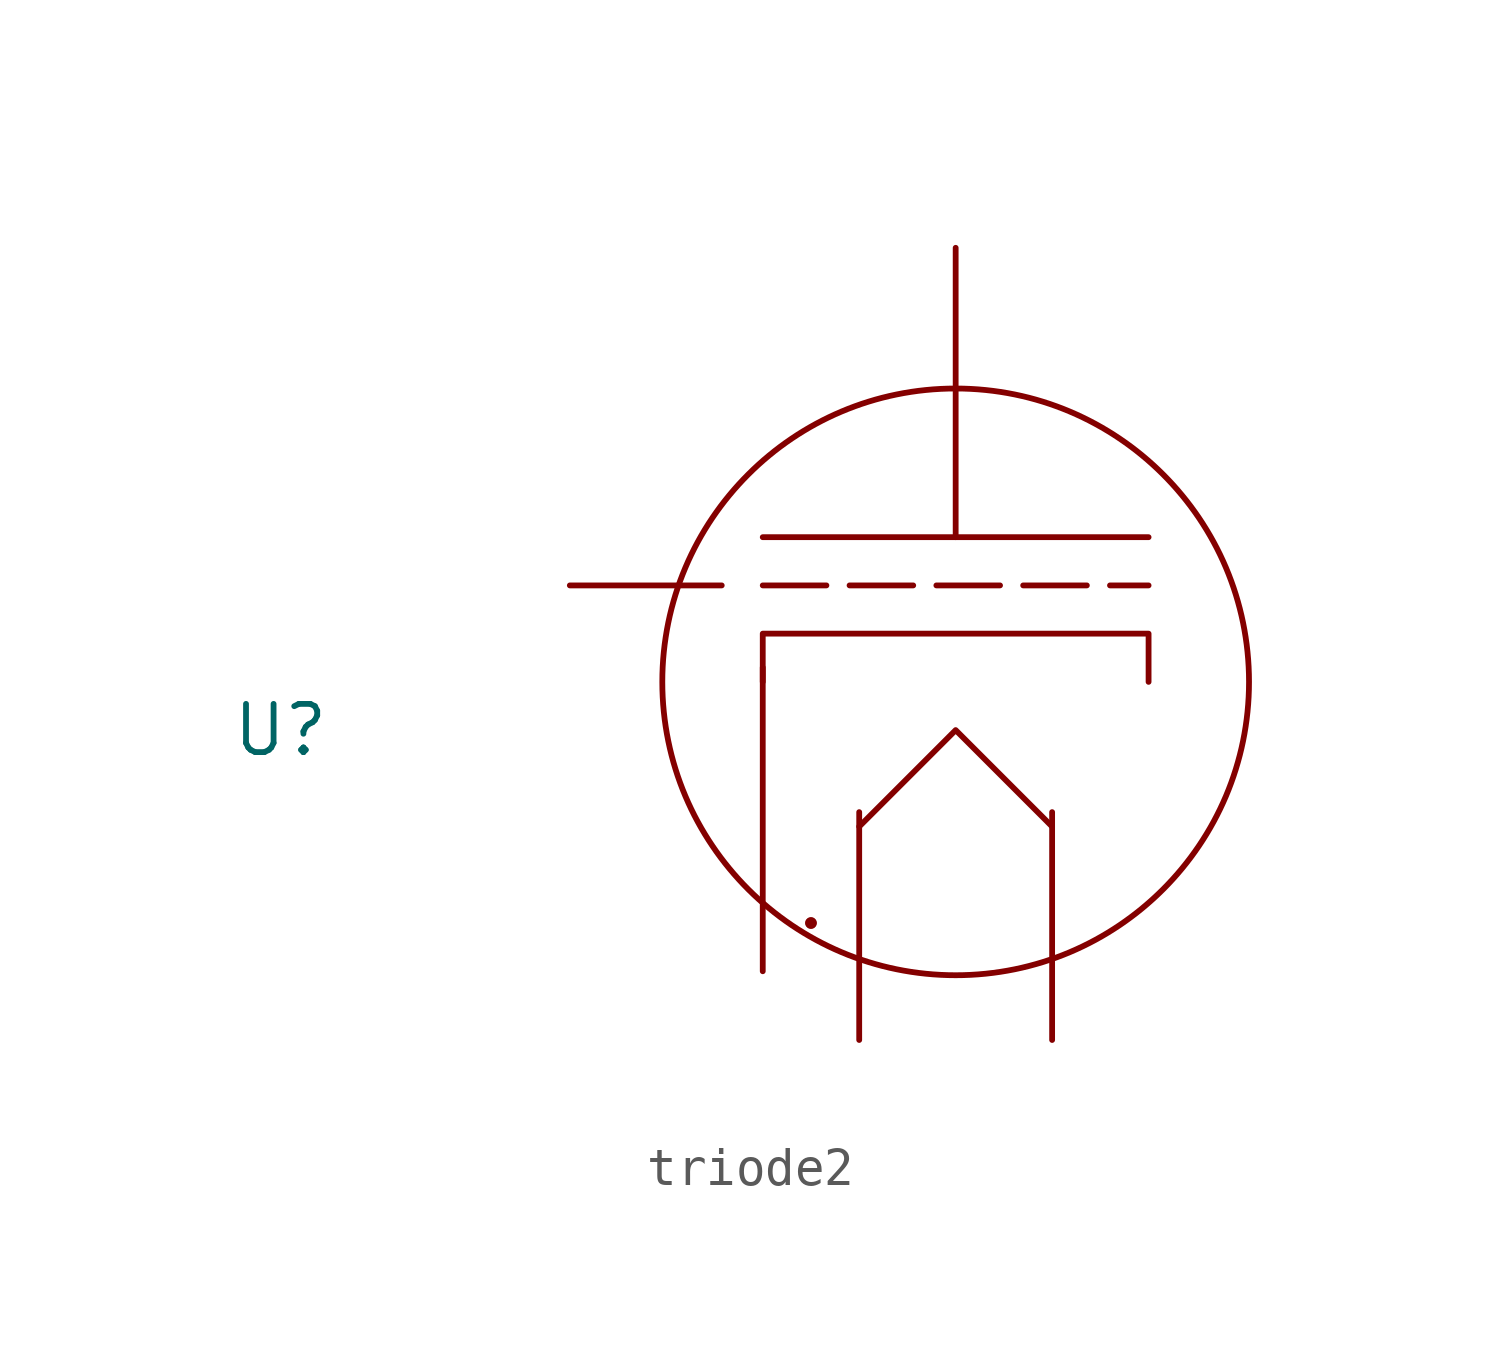
<source format=kicad_sym>
(kicad_symbol_lib
  (version 20220914)
  (generator kicad_symbol_editor)
  (symbol "triode2"
    (property "Reference" "U"
      (at 0 0 0)
      (effects (font (size 1.27 1.27))))
    (property "Value" ""
      (at 0 0 0)
      (effects (font (size 1.27 1.27))))
    (property "ki_locked" ""
      (at 0 0 0)
      (effects (font (size 1.27 1.27))))
    (symbol "triode2_1_1"
      (polyline (pts (xy 12.7 3.81) (xy 22.86 3.81)) (stroke (width 0) (type dash)) (fill (type none)))
      (polyline (pts (xy 12.7 5.08) (xy 22.86 5.08)) (stroke (width 0) (type default)) (fill (type none)))
      (polyline (pts (xy 15.24 -2.54) (xy 17.78 0) (xy 20.32 -2.54)) (stroke (width 0) (type default)) (fill (type none)))
      (polyline (pts (xy 12.7 1.27) (xy 12.7 2.54) (xy 22.86 2.54) (xy 22.86 1.27)) (stroke (width 0) (type default)) (fill (type none)))
      (circle (center 13.97 -5.08) (radius 0.0001) (stroke (width 0) (type default)) (fill (type none)))
      (circle (center 13.97 -5.08) (radius 0.0001) (stroke (width 0) (type default)) (fill (type none)))
      (circle (center 17.78 1.27) (radius 7.725) (stroke (width 0) (type default)) (fill (type none)))
      (pin passive line (at 7.62 3.81 0) (length 4) (name "" (effects (font (size 1.27 1.27)))) (number "" (effects (font (size 1.27 1.27)))))
      (pin passive line (at 12.7 -6.35 90) (length 8) (name "" (effects (font (size 1.27 1.27)))) (number "" (effects (font (size 1.27 1.27)))))
      (pin passive line (at 15.24 -8.16 90) (length 6) (name "" (effects (font (size 1.27 1.27)))) (number "" (effects (font (size 1.27 1.27)))))
      (pin passive line (at 17.78 12.7 270) (length 7.62) (name "" (effects (font (size 1.27 1.27)))) (number "" (effects (font (size 1.27 1.27)))))
      (pin passive line (at 20.32 -8.16 90) (length 6) (name "" (effects (font (size 1.27 1.27)))) (number "" (effects (font (size 1.27 1.27))))))))
</source>
